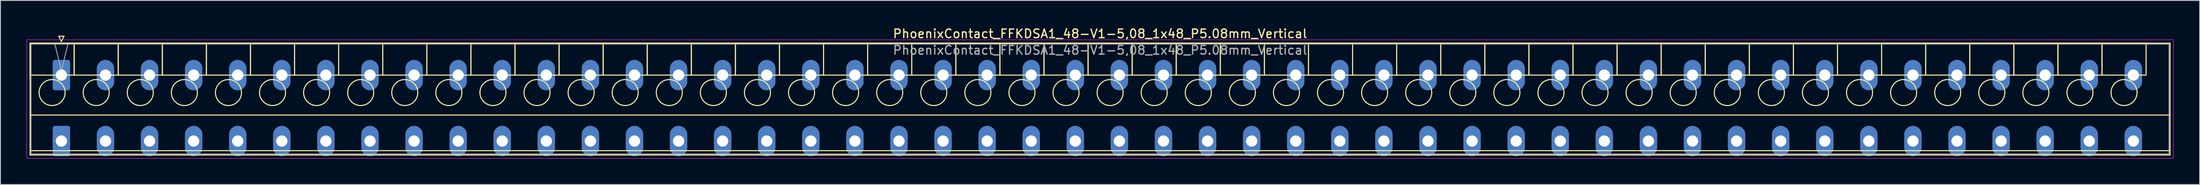
<source format=kicad_pcb>
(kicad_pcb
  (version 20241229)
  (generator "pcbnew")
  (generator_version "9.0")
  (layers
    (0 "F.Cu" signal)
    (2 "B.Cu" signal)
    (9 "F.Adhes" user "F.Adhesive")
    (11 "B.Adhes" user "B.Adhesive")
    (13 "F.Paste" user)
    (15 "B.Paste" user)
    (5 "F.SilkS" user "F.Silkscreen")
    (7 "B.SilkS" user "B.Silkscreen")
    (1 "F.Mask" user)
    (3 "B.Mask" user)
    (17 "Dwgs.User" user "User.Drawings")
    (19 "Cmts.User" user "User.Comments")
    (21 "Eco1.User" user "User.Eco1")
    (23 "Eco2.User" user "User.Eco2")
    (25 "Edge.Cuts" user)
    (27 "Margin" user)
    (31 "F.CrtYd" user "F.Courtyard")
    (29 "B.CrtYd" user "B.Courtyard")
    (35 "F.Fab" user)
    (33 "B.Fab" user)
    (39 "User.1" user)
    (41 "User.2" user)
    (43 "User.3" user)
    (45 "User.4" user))
  (footprint "PhoenixContact_FFKDSA1_48-V1-5,08_1x48_P5.08mm_Vertical"
    (layer "F.Cu")
    (at 4.025 5.628)
    (property "Reference" "PhoenixContact_FFKDSA1_48-V1-5,08_1x48_P5.08mm_Vertical" (at 119.69 -4.78 0) (layer "F.SilkS") (effects (font (size 1 1) (thickness 0.15))))
    (attr through_hole)
    (fp_line (start -3.61 -3.69) (end -3.61 0) (stroke (width 0.12) (type solid)) (layer "F.SilkS"))
    (fp_line (start -3.61 -3.69) (end -3.61 9.23) (stroke (width 0.12) (type solid)) (layer "F.SilkS"))
    (fp_line (start -3.61 0) (end 1.47 0) (stroke (width 0.12) (type solid)) (layer "F.SilkS"))
    (fp_line (start -3.61 4.615) (end 242.99 4.615) (stroke (width 0.12) (type solid)) (layer "F.SilkS"))
    (fp_line (start -3.61 8.73) (end 242.99 8.73) (stroke (width 0.12) (type solid)) (layer "F.SilkS"))
    (fp_line (start -3.61 9.23) (end 242.99 9.23) (stroke (width 0.12) (type solid)) (layer "F.SilkS"))
    (fp_line (start -0.3 -4.49) (end 0.3 -4.49) (stroke (width 0.12) (type solid)) (layer "F.SilkS"))
    (fp_line (start 0 -3.89) (end -0.3 -4.49) (stroke (width 0.12) (type solid)) (layer "F.SilkS"))
    (fp_line (start 0.3 -4.49) (end 0 -3.89) (stroke (width 0.12) (type solid)) (layer "F.SilkS"))
    (fp_line (start 1.47 -3.69) (end -3.61 -3.69) (stroke (width 0.12) (type solid)) (layer "F.SilkS"))
    (fp_line (start 1.47 -3.69) (end 1.47 0) (stroke (width 0.12) (type solid)) (layer "F.SilkS"))
    (fp_line (start 1.47 0) (end 1.47 -3.69) (stroke (width 0.12) (type solid)) (layer "F.SilkS"))
    (fp_line (start 1.47 0) (end 6.55 0) (stroke (width 0.12) (type solid)) (layer "F.SilkS"))
    (fp_line (start 6.55 -3.69) (end 1.47 -3.69) (stroke (width 0.12) (type solid)) (layer "F.SilkS"))
    (fp_line (start 6.55 -3.69) (end 6.55 0) (stroke (width 0.12) (type solid)) (layer "F.SilkS"))
    (fp_line (start 6.55 0) (end 6.55 -3.69) (stroke (width 0.12) (type solid)) (layer "F.SilkS"))
    (fp_line (start 6.55 0) (end 11.63 0) (stroke (width 0.12) (type solid)) (layer "F.SilkS"))
    (fp_line (start 11.63 -3.69) (end 6.55 -3.69) (stroke (width 0.12) (type solid)) (layer "F.SilkS"))
    (fp_line (start 11.63 -3.69) (end 11.63 0) (stroke (width 0.12) (type solid)) (layer "F.SilkS"))
    (fp_line (start 11.63 0) (end 11.63 -3.69) (stroke (width 0.12) (type solid)) (layer "F.SilkS"))
    (fp_line (start 11.63 0) (end 16.71 0) (stroke (width 0.12) (type solid)) (layer "F.SilkS"))
    (fp_line (start 16.71 -3.69) (end 11.63 -3.69) (stroke (width 0.12) (type solid)) (layer "F.SilkS"))
    (fp_line (start 16.71 -3.69) (end 16.71 0) (stroke (width 0.12) (type solid)) (layer "F.SilkS"))
    (fp_line (start 16.71 0) (end 16.71 -3.69) (stroke (width 0.12) (type solid)) (layer "F.SilkS"))
    (fp_line (start 16.71 0) (end 21.79 0) (stroke (width 0.12) (type solid)) (layer "F.SilkS"))
    (fp_line (start 21.79 -3.69) (end 16.71 -3.69) (stroke (width 0.12) (type solid)) (layer "F.SilkS"))
    (fp_line (start 21.79 -3.69) (end 21.79 0) (stroke (width 0.12) (type solid)) (layer "F.SilkS"))
    (fp_line (start 21.79 0) (end 21.79 -3.69) (stroke (width 0.12) (type solid)) (layer "F.SilkS"))
    (fp_line (start 21.79 0) (end 26.87 0) (stroke (width 0.12) (type solid)) (layer "F.SilkS"))
    (fp_line (start 26.87 -3.69) (end 21.79 -3.69) (stroke (width 0.12) (type solid)) (layer "F.SilkS"))
    (fp_line (start 26.87 -3.69) (end 26.87 0) (stroke (width 0.12) (type solid)) (layer "F.SilkS"))
    (fp_line (start 26.87 0) (end 26.87 -3.69) (stroke (width 0.12) (type solid)) (layer "F.SilkS"))
    (fp_line (start 26.87 0) (end 31.95 0) (stroke (width 0.12) (type solid)) (layer "F.SilkS"))
    (fp_line (start 31.95 -3.69) (end 26.87 -3.69) (stroke (width 0.12) (type solid)) (layer "F.SilkS"))
    (fp_line (start 31.95 -3.69) (end 31.95 0) (stroke (width 0.12) (type solid)) (layer "F.SilkS"))
    (fp_line (start 31.95 0) (end 31.95 -3.69) (stroke (width 0.12) (type solid)) (layer "F.SilkS"))
    (fp_line (start 31.95 0) (end 37.03 0) (stroke (width 0.12) (type solid)) (layer "F.SilkS"))
    (fp_line (start 37.03 -3.69) (end 31.95 -3.69) (stroke (width 0.12) (type solid)) (layer "F.SilkS"))
    (fp_line (start 37.03 -3.69) (end 37.03 0) (stroke (width 0.12) (type solid)) (layer "F.SilkS"))
    (fp_line (start 37.03 0) (end 37.03 -3.69) (stroke (width 0.12) (type solid)) (layer "F.SilkS"))
    (fp_line (start 37.03 0) (end 42.11 0) (stroke (width 0.12) (type solid)) (layer "F.SilkS"))
    (fp_line (start 42.11 -3.69) (end 37.03 -3.69) (stroke (width 0.12) (type solid)) (layer "F.SilkS"))
    (fp_line (start 42.11 -3.69) (end 42.11 0) (stroke (width 0.12) (type solid)) (layer "F.SilkS"))
    (fp_line (start 42.11 0) (end 42.11 -3.69) (stroke (width 0.12) (type solid)) (layer "F.SilkS"))
    (fp_line (start 42.11 0) (end 47.19 0) (stroke (width 0.12) (type solid)) (layer "F.SilkS"))
    (fp_line (start 47.19 -3.69) (end 42.11 -3.69) (stroke (width 0.12) (type solid)) (layer "F.SilkS"))
    (fp_line (start 47.19 -3.69) (end 47.19 0) (stroke (width 0.12) (type solid)) (layer "F.SilkS"))
    (fp_line (start 47.19 0) (end 47.19 -3.69) (stroke (width 0.12) (type solid)) (layer "F.SilkS"))
    (fp_line (start 47.19 0) (end 52.27 0) (stroke (width 0.12) (type solid)) (layer "F.SilkS"))
    (fp_line (start 52.27 -3.69) (end 47.19 -3.69) (stroke (width 0.12) (type solid)) (layer "F.SilkS"))
    (fp_line (start 52.27 -3.69) (end 52.27 0) (stroke (width 0.12) (type solid)) (layer "F.SilkS"))
    (fp_line (start 52.27 0) (end 52.27 -3.69) (stroke (width 0.12) (type solid)) (layer "F.SilkS"))
    (fp_line (start 52.27 0) (end 57.35 0) (stroke (width 0.12) (type solid)) (layer "F.SilkS"))
    (fp_line (start 57.35 -3.69) (end 52.27 -3.69) (stroke (width 0.12) (type solid)) (layer "F.SilkS"))
    (fp_line (start 57.35 -3.69) (end 57.35 0) (stroke (width 0.12) (type solid)) (layer "F.SilkS"))
    (fp_line (start 57.35 0) (end 57.35 -3.69) (stroke (width 0.12) (type solid)) (layer "F.SilkS"))
    (fp_line (start 57.35 0) (end 62.43 0) (stroke (width 0.12) (type solid)) (layer "F.SilkS"))
    (fp_line (start 62.43 -3.69) (end 57.35 -3.69) (stroke (width 0.12) (type solid)) (layer "F.SilkS"))
    (fp_line (start 62.43 -3.69) (end 62.43 0) (stroke (width 0.12) (type solid)) (layer "F.SilkS"))
    (fp_line (start 62.43 0) (end 62.43 -3.69) (stroke (width 0.12) (type solid)) (layer "F.SilkS"))
    (fp_line (start 62.43 0) (end 67.51 0) (stroke (width 0.12) (type solid)) (layer "F.SilkS"))
    (fp_line (start 67.51 -3.69) (end 62.43 -3.69) (stroke (width 0.12) (type solid)) (layer "F.SilkS"))
    (fp_line (start 67.51 -3.69) (end 67.51 0) (stroke (width 0.12) (type solid)) (layer "F.SilkS"))
    (fp_line (start 67.51 0) (end 67.51 -3.69) (stroke (width 0.12) (type solid)) (layer "F.SilkS"))
    (fp_line (start 67.51 0) (end 72.59 0) (stroke (width 0.12) (type solid)) (layer "F.SilkS"))
    (fp_line (start 72.59 -3.69) (end 67.51 -3.69) (stroke (width 0.12) (type solid)) (layer "F.SilkS"))
    (fp_line (start 72.59 -3.69) (end 72.59 0) (stroke (width 0.12) (type solid)) (layer "F.SilkS"))
    (fp_line (start 72.59 0) (end 72.59 -3.69) (stroke (width 0.12) (type solid)) (layer "F.SilkS"))
    (fp_line (start 72.59 0) (end 77.67 0) (stroke (width 0.12) (type solid)) (layer "F.SilkS"))
    (fp_line (start 77.67 -3.69) (end 72.59 -3.69) (stroke (width 0.12) (type solid)) (layer "F.SilkS"))
    (fp_line (start 77.67 -3.69) (end 77.67 0) (stroke (width 0.12) (type solid)) (layer "F.SilkS"))
    (fp_line (start 77.67 0) (end 77.67 -3.69) (stroke (width 0.12) (type solid)) (layer "F.SilkS"))
    (fp_line (start 77.67 0) (end 82.75 0) (stroke (width 0.12) (type solid)) (layer "F.SilkS"))
    (fp_line (start 82.75 -3.69) (end 77.67 -3.69) (stroke (width 0.12) (type solid)) (layer "F.SilkS"))
    (fp_line (start 82.75 -3.69) (end 82.75 0) (stroke (width 0.12) (type solid)) (layer "F.SilkS"))
    (fp_line (start 82.75 0) (end 82.75 -3.69) (stroke (width 0.12) (type solid)) (layer "F.SilkS"))
    (fp_line (start 82.75 0) (end 87.83 0) (stroke (width 0.12) (type solid)) (layer "F.SilkS"))
    (fp_line (start 87.83 -3.69) (end 82.75 -3.69) (stroke (width 0.12) (type solid)) (layer "F.SilkS"))
    (fp_line (start 87.83 -3.69) (end 87.83 0) (stroke (width 0.12) (type solid)) (layer "F.SilkS"))
    (fp_line (start 87.83 0) (end 87.83 -3.69) (stroke (width 0.12) (type solid)) (layer "F.SilkS"))
    (fp_line (start 87.83 0) (end 92.91 0) (stroke (width 0.12) (type solid)) (layer "F.SilkS"))
    (fp_line (start 92.91 -3.69) (end 87.83 -3.69) (stroke (width 0.12) (type solid)) (layer "F.SilkS"))
    (fp_line (start 92.91 -3.69) (end 92.91 0) (stroke (width 0.12) (type solid)) (layer "F.SilkS"))
    (fp_line (start 92.91 0) (end 92.91 -3.69) (stroke (width 0.12) (type solid)) (layer "F.SilkS"))
    (fp_line (start 92.91 0) (end 97.99 0) (stroke (width 0.12) (type solid)) (layer "F.SilkS"))
    (fp_line (start 97.99 -3.69) (end 92.91 -3.69) (stroke (width 0.12) (type solid)) (layer "F.SilkS"))
    (fp_line (start 97.99 -3.69) (end 97.99 0) (stroke (width 0.12) (type solid)) (layer "F.SilkS"))
    (fp_line (start 97.99 0) (end 97.99 -3.69) (stroke (width 0.12) (type solid)) (layer "F.SilkS"))
    (fp_line (start 97.99 0) (end 103.07 0) (stroke (width 0.12) (type solid)) (layer "F.SilkS"))
    (fp_line (start 103.07 -3.69) (end 97.99 -3.69) (stroke (width 0.12) (type solid)) (layer "F.SilkS"))
    (fp_line (start 103.07 -3.69) (end 103.07 0) (stroke (width 0.12) (type solid)) (layer "F.SilkS"))
    (fp_line (start 103.07 0) (end 103.07 -3.69) (stroke (width 0.12) (type solid)) (layer "F.SilkS"))
    (fp_line (start 103.07 0) (end 108.15 0) (stroke (width 0.12) (type solid)) (layer "F.SilkS"))
    (fp_line (start 108.15 -3.69) (end 103.07 -3.69) (stroke (width 0.12) (type solid)) (layer "F.SilkS"))
    (fp_line (start 108.15 -3.69) (end 108.15 0) (stroke (width 0.12) (type solid)) (layer "F.SilkS"))
    (fp_line (start 108.15 0) (end 108.15 -3.69) (stroke (width 0.12) (type solid)) (layer "F.SilkS"))
    (fp_line (start 108.15 0) (end 113.23 0) (stroke (width 0.12) (type solid)) (layer "F.SilkS"))
    (fp_line (start 113.23 -3.69) (end 108.15 -3.69) (stroke (width 0.12) (type solid)) (layer "F.SilkS"))
    (fp_line (start 113.23 -3.69) (end 113.23 0) (stroke (width 0.12) (type solid)) (layer "F.SilkS"))
    (fp_line (start 113.23 0) (end 113.23 -3.69) (stroke (width 0.12) (type solid)) (layer "F.SilkS"))
    (fp_line (start 113.23 0) (end 118.31 0) (stroke (width 0.12) (type solid)) (layer "F.SilkS"))
    (fp_line (start 118.31 -3.69) (end 113.23 -3.69) (stroke (width 0.12) (type solid)) (layer "F.SilkS"))
    (fp_line (start 118.31 -3.69) (end 118.31 0) (stroke (width 0.12) (type solid)) (layer "F.SilkS"))
    (fp_line (start 118.31 0) (end 118.31 -3.69) (stroke (width 0.12) (type solid)) (layer "F.SilkS"))
    (fp_line (start 118.31 0) (end 123.39 0) (stroke (width 0.12) (type solid)) (layer "F.SilkS"))
    (fp_line (start 123.39 -3.69) (end 118.31 -3.69) (stroke (width 0.12) (type solid)) (layer "F.SilkS"))
    (fp_line (start 123.39 -3.69) (end 123.39 0) (stroke (width 0.12) (type solid)) (layer "F.SilkS"))
    (fp_line (start 123.39 0) (end 123.39 -3.69) (stroke (width 0.12) (type solid)) (layer "F.SilkS"))
    (fp_line (start 123.39 0) (end 128.47 0) (stroke (width 0.12) (type solid)) (layer "F.SilkS"))
    (fp_line (start 128.47 -3.69) (end 123.39 -3.69) (stroke (width 0.12) (type solid)) (layer "F.SilkS"))
    (fp_line (start 128.47 -3.69) (end 128.47 0) (stroke (width 0.12) (type solid)) (layer "F.SilkS"))
    (fp_line (start 128.47 0) (end 128.47 -3.69) (stroke (width 0.12) (type solid)) (layer "F.SilkS"))
    (fp_line (start 128.47 0) (end 133.55 0) (stroke (width 0.12) (type solid)) (layer "F.SilkS"))
    (fp_line (start 133.55 -3.69) (end 128.47 -3.69) (stroke (width 0.12) (type solid)) (layer "F.SilkS"))
    (fp_line (start 133.55 -3.69) (end 133.55 0) (stroke (width 0.12) (type solid)) (layer "F.SilkS"))
    (fp_line (start 133.55 0) (end 133.55 -3.69) (stroke (width 0.12) (type solid)) (layer "F.SilkS"))
    (fp_line (start 133.55 0) (end 138.63 0) (stroke (width 0.12) (type solid)) (layer "F.SilkS"))
    (fp_line (start 138.63 -3.69) (end 133.55 -3.69) (stroke (width 0.12) (type solid)) (layer "F.SilkS"))
    (fp_line (start 138.63 -3.69) (end 138.63 0) (stroke (width 0.12) (type solid)) (layer "F.SilkS"))
    (fp_line (start 138.63 0) (end 138.63 -3.69) (stroke (width 0.12) (type solid)) (layer "F.SilkS"))
    (fp_line (start 138.63 0) (end 143.71 0) (stroke (width 0.12) (type solid)) (layer "F.SilkS"))
    (fp_line (start 143.71 -3.69) (end 138.63 -3.69) (stroke (width 0.12) (type solid)) (layer "F.SilkS"))
    (fp_line (start 143.71 -3.69) (end 143.71 0) (stroke (width 0.12) (type solid)) (layer "F.SilkS"))
    (fp_line (start 143.71 0) (end 143.71 -3.69) (stroke (width 0.12) (type solid)) (layer "F.SilkS"))
    (fp_line (start 143.71 0) (end 148.79 0) (stroke (width 0.12) (type solid)) (layer "F.SilkS"))
    (fp_line (start 148.79 -3.69) (end 143.71 -3.69) (stroke (width 0.12) (type solid)) (layer "F.SilkS"))
    (fp_line (start 148.79 -3.69) (end 148.79 0) (stroke (width 0.12) (type solid)) (layer "F.SilkS"))
    (fp_line (start 148.79 0) (end 148.79 -3.69) (stroke (width 0.12) (type solid)) (layer "F.SilkS"))
    (fp_line (start 148.79 0) (end 153.87 0) (stroke (width 0.12) (type solid)) (layer "F.SilkS"))
    (fp_line (start 153.87 -3.69) (end 148.79 -3.69) (stroke (width 0.12) (type solid)) (layer "F.SilkS"))
    (fp_line (start 153.87 -3.69) (end 153.87 0) (stroke (width 0.12) (type solid)) (layer "F.SilkS"))
    (fp_line (start 153.87 0) (end 153.87 -3.69) (stroke (width 0.12) (type solid)) (layer "F.SilkS"))
    (fp_line (start 153.87 0) (end 158.95 0) (stroke (width 0.12) (type solid)) (layer "F.SilkS"))
    (fp_line (start 158.95 -3.69) (end 153.87 -3.69) (stroke (width 0.12) (type solid)) (layer "F.SilkS"))
    (fp_line (start 158.95 -3.69) (end 158.95 0) (stroke (width 0.12) (type solid)) (layer "F.SilkS"))
    (fp_line (start 158.95 0) (end 158.95 -3.69) (stroke (width 0.12) (type solid)) (layer "F.SilkS"))
    (fp_line (start 158.95 0) (end 164.03 0) (stroke (width 0.12) (type solid)) (layer "F.SilkS"))
    (fp_line (start 164.03 -3.69) (end 158.95 -3.69) (stroke (width 0.12) (type solid)) (layer "F.SilkS"))
    (fp_line (start 164.03 -3.69) (end 164.03 0) (stroke (width 0.12) (type solid)) (layer "F.SilkS"))
    (fp_line (start 164.03 0) (end 164.03 -3.69) (stroke (width 0.12) (type solid)) (layer "F.SilkS"))
    (fp_line (start 164.03 0) (end 169.11 0) (stroke (width 0.12) (type solid)) (layer "F.SilkS"))
    (fp_line (start 169.11 -3.69) (end 164.03 -3.69) (stroke (width 0.12) (type solid)) (layer "F.SilkS"))
    (fp_line (start 169.11 -3.69) (end 169.11 0) (stroke (width 0.12) (type solid)) (layer "F.SilkS"))
    (fp_line (start 169.11 0) (end 169.11 -3.69) (stroke (width 0.12) (type solid)) (layer "F.SilkS"))
    (fp_line (start 169.11 0) (end 174.19 0) (stroke (width 0.12) (type solid)) (layer "F.SilkS"))
    (fp_line (start 174.19 -3.69) (end 169.11 -3.69) (stroke (width 0.12) (type solid)) (layer "F.SilkS"))
    (fp_line (start 174.19 -3.69) (end 174.19 0) (stroke (width 0.12) (type solid)) (layer "F.SilkS"))
    (fp_line (start 174.19 0) (end 174.19 -3.69) (stroke (width 0.12) (type solid)) (layer "F.SilkS"))
    (fp_line (start 174.19 0) (end 179.27 0) (stroke (width 0.12) (type solid)) (layer "F.SilkS"))
    (fp_line (start 179.27 -3.69) (end 174.19 -3.69) (stroke (width 0.12) (type solid)) (layer "F.SilkS"))
    (fp_line (start 179.27 -3.69) (end 179.27 0) (stroke (width 0.12) (type solid)) (layer "F.SilkS"))
    (fp_line (start 179.27 0) (end 179.27 -3.69) (stroke (width 0.12) (type solid)) (layer "F.SilkS"))
    (fp_line (start 179.27 0) (end 184.35 0) (stroke (width 0.12) (type solid)) (layer "F.SilkS"))
    (fp_line (start 184.35 -3.69) (end 179.27 -3.69) (stroke (width 0.12) (type solid)) (layer "F.SilkS"))
    (fp_line (start 184.35 -3.69) (end 184.35 0) (stroke (width 0.12) (type solid)) (layer "F.SilkS"))
    (fp_line (start 184.35 0) (end 184.35 -3.69) (stroke (width 0.12) (type solid)) (layer "F.SilkS"))
    (fp_line (start 184.35 0) (end 189.43 0) (stroke (width 0.12) (type solid)) (layer "F.SilkS"))
    (fp_line (start 189.43 -3.69) (end 184.35 -3.69) (stroke (width 0.12) (type solid)) (layer "F.SilkS"))
    (fp_line (start 189.43 -3.69) (end 189.43 0) (stroke (width 0.12) (type solid)) (layer "F.SilkS"))
    (fp_line (start 189.43 0) (end 189.43 -3.69) (stroke (width 0.12) (type solid)) (layer "F.SilkS"))
    (fp_line (start 189.43 0) (end 194.51 0) (stroke (width 0.12) (type solid)) (layer "F.SilkS"))
    (fp_line (start 194.51 -3.69) (end 189.43 -3.69) (stroke (width 0.12) (type solid)) (layer "F.SilkS"))
    (fp_line (start 194.51 -3.69) (end 194.51 0) (stroke (width 0.12) (type solid)) (layer "F.SilkS"))
    (fp_line (start 194.51 0) (end 194.51 -3.69) (stroke (width 0.12) (type solid)) (layer "F.SilkS"))
    (fp_line (start 194.51 0) (end 199.59 0) (stroke (width 0.12) (type solid)) (layer "F.SilkS"))
    (fp_line (start 199.59 -3.69) (end 194.51 -3.69) (stroke (width 0.12) (type solid)) (layer "F.SilkS"))
    (fp_line (start 199.59 -3.69) (end 199.59 0) (stroke (width 0.12) (type solid)) (layer "F.SilkS"))
    (fp_line (start 199.59 0) (end 199.59 -3.69) (stroke (width 0.12) (type solid)) (layer "F.SilkS"))
    (fp_line (start 199.59 0) (end 204.67 0) (stroke (width 0.12) (type solid)) (layer "F.SilkS"))
    (fp_line (start 204.67 -3.69) (end 199.59 -3.69) (stroke (width 0.12) (type solid)) (layer "F.SilkS"))
    (fp_line (start 204.67 -3.69) (end 204.67 0) (stroke (width 0.12) (type solid)) (layer "F.SilkS"))
    (fp_line (start 204.67 0) (end 204.67 -3.69) (stroke (width 0.12) (type solid)) (layer "F.SilkS"))
    (fp_line (start 204.67 0) (end 209.75 0) (stroke (width 0.12) (type solid)) (layer "F.SilkS"))
    (fp_line (start 209.75 -3.69) (end 204.67 -3.69) (stroke (width 0.12) (type solid)) (layer "F.SilkS"))
    (fp_line (start 209.75 -3.69) (end 209.75 0) (stroke (width 0.12) (type solid)) (layer "F.SilkS"))
    (fp_line (start 209.75 0) (end 209.75 -3.69) (stroke (width 0.12) (type solid)) (layer "F.SilkS"))
    (fp_line (start 209.75 0) (end 214.83 0) (stroke (width 0.12) (type solid)) (layer "F.SilkS"))
    (fp_line (start 214.83 -3.69) (end 209.75 -3.69) (stroke (width 0.12) (type solid)) (layer "F.SilkS"))
    (fp_line (start 214.83 -3.69) (end 214.83 0) (stroke (width 0.12) (type solid)) (layer "F.SilkS"))
    (fp_line (start 214.83 0) (end 214.83 -3.69) (stroke (width 0.12) (type solid)) (layer "F.SilkS"))
    (fp_line (start 214.83 0) (end 219.91 0) (stroke (width 0.12) (type solid)) (layer "F.SilkS"))
    (fp_line (start 219.91 -3.69) (end 214.83 -3.69) (stroke (width 0.12) (type solid)) (layer "F.SilkS"))
    (fp_line (start 219.91 -3.69) (end 219.91 0) (stroke (width 0.12) (type solid)) (layer "F.SilkS"))
    (fp_line (start 219.91 0) (end 219.91 -3.69) (stroke (width 0.12) (type solid)) (layer "F.SilkS"))
    (fp_line (start 219.91 0) (end 224.99 0) (stroke (width 0.12) (type solid)) (layer "F.SilkS"))
    (fp_line (start 224.99 -3.69) (end 219.91 -3.69) (stroke (width 0.12) (type solid)) (layer "F.SilkS"))
    (fp_line (start 224.99 -3.69) (end 224.99 0) (stroke (width 0.12) (type solid)) (layer "F.SilkS"))
    (fp_line (start 224.99 0) (end 224.99 -3.69) (stroke (width 0.12) (type solid)) (layer "F.SilkS"))
    (fp_line (start 224.99 0) (end 230.07 0) (stroke (width 0.12) (type solid)) (layer "F.SilkS"))
    (fp_line (start 230.07 -3.69) (end 224.99 -3.69) (stroke (width 0.12) (type solid)) (layer "F.SilkS"))
    (fp_line (start 230.07 -3.69) (end 230.07 0) (stroke (width 0.12) (type solid)) (layer "F.SilkS"))
    (fp_line (start 230.07 0) (end 230.07 -3.69) (stroke (width 0.12) (type solid)) (layer "F.SilkS"))
    (fp_line (start 230.07 0) (end 235.15 0) (stroke (width 0.12) (type solid)) (layer "F.SilkS"))
    (fp_line (start 235.15 -3.69) (end 230.07 -3.69) (stroke (width 0.12) (type solid)) (layer "F.SilkS"))
    (fp_line (start 235.15 -3.69) (end 235.15 0) (stroke (width 0.12) (type solid)) (layer "F.SilkS"))
    (fp_line (start 235.15 0) (end 235.15 -3.69) (stroke (width 0.12) (type solid)) (layer "F.SilkS"))
    (fp_line (start 235.15 0) (end 240.23 0) (stroke (width 0.12) (type solid)) (layer "F.SilkS"))
    (fp_line (start 240.23 -3.69) (end 235.15 -3.69) (stroke (width 0.12) (type solid)) (layer "F.SilkS"))
    (fp_line (start 240.23 0) (end 240.23 -3.69) (stroke (width 0.12) (type solid)) (layer "F.SilkS"))
    (fp_line (start 242.99 -3.69) (end -3.61 -3.69) (stroke (width 0.12) (type solid)) (layer "F.SilkS"))
    (fp_line (start 242.99 9.23) (end 242.99 -3.69) (stroke (width 0.12) (type solid)) (layer "F.SilkS"))
    (fp_circle (center -1.07 2.015) (end 0.43 2.015) (stroke (width 0.12) (type solid)) (fill no) (layer "F.SilkS"))
    (fp_circle (center 4.01 2.015) (end 5.51 2.015) (stroke (width 0.12) (type solid)) (fill no) (layer "F.SilkS"))
    (fp_circle (center 9.09 2.015) (end 10.59 2.015) (stroke (width 0.12) (type solid)) (fill no) (layer "F.SilkS"))
    (fp_circle (center 14.17 2.015) (end 15.67 2.015) (stroke (width 0.12) (type solid)) (fill no) (layer "F.SilkS"))
    (fp_circle (center 19.25 2.015) (end 20.75 2.015) (stroke (width 0.12) (type solid)) (fill no) (layer "F.SilkS"))
    (fp_circle (center 24.33 2.015) (end 25.83 2.015) (stroke (width 0.12) (type solid)) (fill no) (layer "F.SilkS"))
    (fp_circle (center 29.41 2.015) (end 30.91 2.015) (stroke (width 0.12) (type solid)) (fill no) (layer "F.SilkS"))
    (fp_circle (center 34.49 2.015) (end 35.99 2.015) (stroke (width 0.12) (type solid)) (fill no) (layer "F.SilkS"))
    (fp_circle (center 39.57 2.015) (end 41.07 2.015) (stroke (width 0.12) (type solid)) (fill no) (layer "F.SilkS"))
    (fp_circle (center 44.65 2.015) (end 46.15 2.015) (stroke (width 0.12) (type solid)) (fill no) (layer "F.SilkS"))
    (fp_circle (center 49.73 2.015) (end 51.23 2.015) (stroke (width 0.12) (type solid)) (fill no) (layer "F.SilkS"))
    (fp_circle (center 54.81 2.015) (end 56.31 2.015) (stroke (width 0.12) (type solid)) (fill no) (layer "F.SilkS"))
    (fp_circle (center 59.89 2.015) (end 61.39 2.015) (stroke (width 0.12) (type solid)) (fill no) (layer "F.SilkS"))
    (fp_circle (center 64.97 2.015) (end 66.47 2.015) (stroke (width 0.12) (type solid)) (fill no) (layer "F.SilkS"))
    (fp_circle (center 70.05 2.015) (end 71.55 2.015) (stroke (width 0.12) (type solid)) (fill no) (layer "F.SilkS"))
    (fp_circle (center 75.13 2.015) (end 76.63 2.015) (stroke (width 0.12) (type solid)) (fill no) (layer "F.SilkS"))
    (fp_circle (center 80.21 2.015) (end 81.71 2.015) (stroke (width 0.12) (type solid)) (fill no) (layer "F.SilkS"))
    (fp_circle (center 85.29 2.015) (end 86.79 2.015) (stroke (width 0.12) (type solid)) (fill no) (layer "F.SilkS"))
    (fp_circle (center 90.37 2.015) (end 91.87 2.015) (stroke (width 0.12) (type solid)) (fill no) (layer "F.SilkS"))
    (fp_circle (center 95.45 2.015) (end 96.95 2.015) (stroke (width 0.12) (type solid)) (fill no) (layer "F.SilkS"))
    (fp_circle (center 100.53 2.015) (end 102.03 2.015) (stroke (width 0.12) (type solid)) (fill no) (layer "F.SilkS"))
    (fp_circle (center 105.61 2.015) (end 107.11 2.015) (stroke (width 0.12) (type solid)) (fill no) (layer "F.SilkS"))
    (fp_circle (center 110.69 2.015) (end 112.19 2.015) (stroke (width 0.12) (type solid)) (fill no) (layer "F.SilkS"))
    (fp_circle (center 115.77 2.015) (end 117.27 2.015) (stroke (width 0.12) (type solid)) (fill no) (layer "F.SilkS"))
    (fp_circle (center 120.85 2.015) (end 122.35 2.015) (stroke (width 0.12) (type solid)) (fill no) (layer "F.SilkS"))
    (fp_circle (center 125.93 2.015) (end 127.43 2.015) (stroke (width 0.12) (type solid)) (fill no) (layer "F.SilkS"))
    (fp_circle (center 131.01 2.015) (end 132.51 2.015) (stroke (width 0.12) (type solid)) (fill no) (layer "F.SilkS"))
    (fp_circle (center 136.09 2.015) (end 137.59 2.015) (stroke (width 0.12) (type solid)) (fill no) (layer "F.SilkS"))
    (fp_circle (center 141.17 2.015) (end 142.67 2.015) (stroke (width 0.12) (type solid)) (fill no) (layer "F.SilkS"))
    (fp_circle (center 146.25 2.015) (end 147.75 2.015) (stroke (width 0.12) (type solid)) (fill no) (layer "F.SilkS"))
    (fp_circle (center 151.33 2.015) (end 152.83 2.015) (stroke (width 0.12) (type solid)) (fill no) (layer "F.SilkS"))
    (fp_circle (center 156.41 2.015) (end 157.91 2.015) (stroke (width 0.12) (type solid)) (fill no) (layer "F.SilkS"))
    (fp_circle (center 161.49 2.015) (end 162.99 2.015) (stroke (width 0.12) (type solid)) (fill no) (layer "F.SilkS"))
    (fp_circle (center 166.57 2.015) (end 168.07 2.015) (stroke (width 0.12) (type solid)) (fill no) (layer "F.SilkS"))
    (fp_circle (center 171.65 2.015) (end 173.15 2.015) (stroke (width 0.12) (type solid)) (fill no) (layer "F.SilkS"))
    (fp_circle (center 176.73 2.015) (end 178.23 2.015) (stroke (width 0.12) (type solid)) (fill no) (layer "F.SilkS"))
    (fp_circle (center 181.81 2.015) (end 183.31 2.015) (stroke (width 0.12) (type solid)) (fill no) (layer "F.SilkS"))
    (fp_circle (center 186.89 2.015) (end 188.39 2.015) (stroke (width 0.12) (type solid)) (fill no) (layer "F.SilkS"))
    (fp_circle (center 191.97 2.015) (end 193.47 2.015) (stroke (width 0.12) (type solid)) (fill no) (layer "F.SilkS"))
    (fp_circle (center 197.05 2.015) (end 198.55 2.015) (stroke (width 0.12) (type solid)) (fill no) (layer "F.SilkS"))
    (fp_circle (center 202.13 2.015) (end 203.63 2.015) (stroke (width 0.12) (type solid)) (fill no) (layer "F.SilkS"))
    (fp_circle (center 207.21 2.015) (end 208.71 2.015) (stroke (width 0.12) (type solid)) (fill no) (layer "F.SilkS"))
    (fp_circle (center 212.29 2.015) (end 213.79 2.015) (stroke (width 0.12) (type solid)) (fill no) (layer "F.SilkS"))
    (fp_circle (center 217.37 2.015) (end 218.87 2.015) (stroke (width 0.12) (type solid)) (fill no) (layer "F.SilkS"))
    (fp_circle (center 222.45 2.015) (end 223.95 2.015) (stroke (width 0.12) (type solid)) (fill no) (layer "F.SilkS"))
    (fp_circle (center 227.53 2.015) (end 229.03 2.015) (stroke (width 0.12) (type solid)) (fill no) (layer "F.SilkS"))
    (fp_circle (center 232.61 2.015) (end 234.11 2.015) (stroke (width 0.12) (type solid)) (fill no) (layer "F.SilkS"))
    (fp_circle (center 237.69 2.015) (end 239.19 2.015) (stroke (width 0.12) (type solid)) (fill no) (layer "F.SilkS"))
    (fp_line (start -4 -4.08) (end -4 9.62) (stroke (width 0.05) (type solid)) (layer "F.CrtYd"))
    (fp_line (start -4 9.62) (end 243.38 9.62) (stroke (width 0.05) (type solid)) (layer "F.CrtYd"))
    (fp_line (start 243.38 -4.08) (end -4 -4.08) (stroke (width 0.05) (type solid)) (layer "F.CrtYd"))
    (fp_line (start 243.38 9.62) (end 243.38 -4.08) (stroke (width 0.05) (type solid)) (layer "F.CrtYd"))
    (fp_line (start -3.5 -3.58) (end -3.5 9.12) (stroke (width 0.1) (type solid)) (layer "F.Fab"))
    (fp_line (start -3.5 9.12) (end 242.88 9.12) (stroke (width 0.1) (type solid)) (layer "F.Fab"))
    (fp_line (start 0 -0.5) (end -0.75 -3.58) (stroke (width 0.1) (type solid)) (layer "F.Fab"))
    (fp_line (start 0.75 -3.58) (end 0 -0.5) (stroke (width 0.1) (type solid)) (layer "F.Fab"))
    (fp_line (start 242.88 -3.58) (end -3.5 -3.58) (stroke (width 0.1) (type solid)) (layer "F.Fab"))
    (fp_line (start 242.88 9.12) (end 242.88 -3.58) (stroke (width 0.1) (type solid)) (layer "F.Fab"))
    (fp_text user "${REFERENCE}" (at 119.69 -2.88 0) (layer "F.Fab") (effects (font (size 1 1) (thickness 0.15))))
    (pad "1" thru_hole roundrect (at 0 0) (size 2 3.5) (drill 1.3) (layers "*.Cu" "*.Mask") (roundrect_rratio 0.125))
    (pad "1" thru_hole roundrect (at 0 7.62) (size 2 3.5) (drill 1.3) (layers "*.Cu" "*.Mask") (roundrect_rratio 0.125))
    (pad "2" thru_hole oval (at 5.08 0) (size 2 3.5) (drill 1.3) (layers "*.Cu" "*.Mask"))
    (pad "2" thru_hole oval (at 5.08 7.62) (size 2 3.5) (drill 1.3) (layers "*.Cu" "*.Mask"))
    (pad "3" thru_hole oval (at 10.16 0) (size 2 3.5) (drill 1.3) (layers "*.Cu" "*.Mask"))
    (pad "3" thru_hole oval (at 10.16 7.62) (size 2 3.5) (drill 1.3) (layers "*.Cu" "*.Mask"))
    (pad "4" thru_hole oval (at 15.24 0) (size 2 3.5) (drill 1.3) (layers "*.Cu" "*.Mask"))
    (pad "4" thru_hole oval (at 15.24 7.62) (size 2 3.5) (drill 1.3) (layers "*.Cu" "*.Mask"))
    (pad "5" thru_hole oval (at 20.32 0) (size 2 3.5) (drill 1.3) (layers "*.Cu" "*.Mask"))
    (pad "5" thru_hole oval (at 20.32 7.62) (size 2 3.5) (drill 1.3) (layers "*.Cu" "*.Mask"))
    (pad "6" thru_hole oval (at 25.4 0) (size 2 3.5) (drill 1.3) (layers "*.Cu" "*.Mask"))
    (pad "6" thru_hole oval (at 25.4 7.62) (size 2 3.5) (drill 1.3) (layers "*.Cu" "*.Mask"))
    (pad "7" thru_hole oval (at 30.48 0) (size 2 3.5) (drill 1.3) (layers "*.Cu" "*.Mask"))
    (pad "7" thru_hole oval (at 30.48 7.62) (size 2 3.5) (drill 1.3) (layers "*.Cu" "*.Mask"))
    (pad "8" thru_hole oval (at 35.56 0) (size 2 3.5) (drill 1.3) (layers "*.Cu" "*.Mask"))
    (pad "8" thru_hole oval (at 35.56 7.62) (size 2 3.5) (drill 1.3) (layers "*.Cu" "*.Mask"))
    (pad "9" thru_hole oval (at 40.64 0) (size 2 3.5) (drill 1.3) (layers "*.Cu" "*.Mask"))
    (pad "9" thru_hole oval (at 40.64 7.62) (size 2 3.5) (drill 1.3) (layers "*.Cu" "*.Mask"))
    (pad "10" thru_hole oval (at 45.72 0) (size 2 3.5) (drill 1.3) (layers "*.Cu" "*.Mask"))
    (pad "10" thru_hole oval (at 45.72 7.62) (size 2 3.5) (drill 1.3) (layers "*.Cu" "*.Mask"))
    (pad "11" thru_hole oval (at 50.8 0) (size 2 3.5) (drill 1.3) (layers "*.Cu" "*.Mask"))
    (pad "11" thru_hole oval (at 50.8 7.62) (size 2 3.5) (drill 1.3) (layers "*.Cu" "*.Mask"))
    (pad "12" thru_hole oval (at 55.88 0) (size 2 3.5) (drill 1.3) (layers "*.Cu" "*.Mask"))
    (pad "12" thru_hole oval (at 55.88 7.62) (size 2 3.5) (drill 1.3) (layers "*.Cu" "*.Mask"))
    (pad "13" thru_hole oval (at 60.96 0) (size 2 3.5) (drill 1.3) (layers "*.Cu" "*.Mask"))
    (pad "13" thru_hole oval (at 60.96 7.62) (size 2 3.5) (drill 1.3) (layers "*.Cu" "*.Mask"))
    (pad "14" thru_hole oval (at 66.04 0) (size 2 3.5) (drill 1.3) (layers "*.Cu" "*.Mask"))
    (pad "14" thru_hole oval (at 66.04 7.62) (size 2 3.5) (drill 1.3) (layers "*.Cu" "*.Mask"))
    (pad "15" thru_hole oval (at 71.12 0) (size 2 3.5) (drill 1.3) (layers "*.Cu" "*.Mask"))
    (pad "15" thru_hole oval (at 71.12 7.62) (size 2 3.5) (drill 1.3) (layers "*.Cu" "*.Mask"))
    (pad "16" thru_hole oval (at 76.2 0) (size 2 3.5) (drill 1.3) (layers "*.Cu" "*.Mask"))
    (pad "16" thru_hole oval (at 76.2 7.62) (size 2 3.5) (drill 1.3) (layers "*.Cu" "*.Mask"))
    (pad "17" thru_hole oval (at 81.28 0) (size 2 3.5) (drill 1.3) (layers "*.Cu" "*.Mask"))
    (pad "17" thru_hole oval (at 81.28 7.62) (size 2 3.5) (drill 1.3) (layers "*.Cu" "*.Mask"))
    (pad "18" thru_hole oval (at 86.36 0) (size 2 3.5) (drill 1.3) (layers "*.Cu" "*.Mask"))
    (pad "18" thru_hole oval (at 86.36 7.62) (size 2 3.5) (drill 1.3) (layers "*.Cu" "*.Mask"))
    (pad "19" thru_hole oval (at 91.44 0) (size 2 3.5) (drill 1.3) (layers "*.Cu" "*.Mask"))
    (pad "19" thru_hole oval (at 91.44 7.62) (size 2 3.5) (drill 1.3) (layers "*.Cu" "*.Mask"))
    (pad "20" thru_hole oval (at 96.52 0) (size 2 3.5) (drill 1.3) (layers "*.Cu" "*.Mask"))
    (pad "20" thru_hole oval (at 96.52 7.62) (size 2 3.5) (drill 1.3) (layers "*.Cu" "*.Mask"))
    (pad "21" thru_hole oval (at 101.6 0) (size 2 3.5) (drill 1.3) (layers "*.Cu" "*.Mask"))
    (pad "21" thru_hole oval (at 101.6 7.62) (size 2 3.5) (drill 1.3) (layers "*.Cu" "*.Mask"))
    (pad "22" thru_hole oval (at 106.68 0) (size 2 3.5) (drill 1.3) (layers "*.Cu" "*.Mask"))
    (pad "22" thru_hole oval (at 106.68 7.62) (size 2 3.5) (drill 1.3) (layers "*.Cu" "*.Mask"))
    (pad "23" thru_hole oval (at 111.76 0) (size 2 3.5) (drill 1.3) (layers "*.Cu" "*.Mask"))
    (pad "23" thru_hole oval (at 111.76 7.62) (size 2 3.5) (drill 1.3) (layers "*.Cu" "*.Mask"))
    (pad "24" thru_hole oval (at 116.84 0) (size 2 3.5) (drill 1.3) (layers "*.Cu" "*.Mask"))
    (pad "24" thru_hole oval (at 116.84 7.62) (size 2 3.5) (drill 1.3) (layers "*.Cu" "*.Mask"))
    (pad "25" thru_hole oval (at 121.92 0) (size 2 3.5) (drill 1.3) (layers "*.Cu" "*.Mask"))
    (pad "25" thru_hole oval (at 121.92 7.62) (size 2 3.5) (drill 1.3) (layers "*.Cu" "*.Mask"))
    (pad "26" thru_hole oval (at 127 0) (size 2 3.5) (drill 1.3) (layers "*.Cu" "*.Mask"))
    (pad "26" thru_hole oval (at 127 7.62) (size 2 3.5) (drill 1.3) (layers "*.Cu" "*.Mask"))
    (pad "27" thru_hole oval (at 132.08 0) (size 2 3.5) (drill 1.3) (layers "*.Cu" "*.Mask"))
    (pad "27" thru_hole oval (at 132.08 7.62) (size 2 3.5) (drill 1.3) (layers "*.Cu" "*.Mask"))
    (pad "28" thru_hole oval (at 137.16 0) (size 2 3.5) (drill 1.3) (layers "*.Cu" "*.Mask"))
    (pad "28" thru_hole oval (at 137.16 7.62) (size 2 3.5) (drill 1.3) (layers "*.Cu" "*.Mask"))
    (pad "29" thru_hole oval (at 142.24 0) (size 2 3.5) (drill 1.3) (layers "*.Cu" "*.Mask"))
    (pad "29" thru_hole oval (at 142.24 7.62) (size 2 3.5) (drill 1.3) (layers "*.Cu" "*.Mask"))
    (pad "30" thru_hole oval (at 147.32 0) (size 2 3.5) (drill 1.3) (layers "*.Cu" "*.Mask"))
    (pad "30" thru_hole oval (at 147.32 7.62) (size 2 3.5) (drill 1.3) (layers "*.Cu" "*.Mask"))
    (pad "31" thru_hole oval (at 152.4 0) (size 2 3.5) (drill 1.3) (layers "*.Cu" "*.Mask"))
    (pad "31" thru_hole oval (at 152.4 7.62) (size 2 3.5) (drill 1.3) (layers "*.Cu" "*.Mask"))
    (pad "32" thru_hole oval (at 157.48 0) (size 2 3.5) (drill 1.3) (layers "*.Cu" "*.Mask"))
    (pad "32" thru_hole oval (at 157.48 7.62) (size 2 3.5) (drill 1.3) (layers "*.Cu" "*.Mask"))
    (pad "33" thru_hole oval (at 162.56 0) (size 2 3.5) (drill 1.3) (layers "*.Cu" "*.Mask"))
    (pad "33" thru_hole oval (at 162.56 7.62) (size 2 3.5) (drill 1.3) (layers "*.Cu" "*.Mask"))
    (pad "34" thru_hole oval (at 167.64 0) (size 2 3.5) (drill 1.3) (layers "*.Cu" "*.Mask"))
    (pad "34" thru_hole oval (at 167.64 7.62) (size 2 3.5) (drill 1.3) (layers "*.Cu" "*.Mask"))
    (pad "35" thru_hole oval (at 172.72 0) (size 2 3.5) (drill 1.3) (layers "*.Cu" "*.Mask"))
    (pad "35" thru_hole oval (at 172.72 7.62) (size 2 3.5) (drill 1.3) (layers "*.Cu" "*.Mask"))
    (pad "36" thru_hole oval (at 177.8 0) (size 2 3.5) (drill 1.3) (layers "*.Cu" "*.Mask"))
    (pad "36" thru_hole oval (at 177.8 7.62) (size 2 3.5) (drill 1.3) (layers "*.Cu" "*.Mask"))
    (pad "37" thru_hole oval (at 182.88 0) (size 2 3.5) (drill 1.3) (layers "*.Cu" "*.Mask"))
    (pad "37" thru_hole oval (at 182.88 7.62) (size 2 3.5) (drill 1.3) (layers "*.Cu" "*.Mask"))
    (pad "38" thru_hole oval (at 187.96 0) (size 2 3.5) (drill 1.3) (layers "*.Cu" "*.Mask"))
    (pad "38" thru_hole oval (at 187.96 7.62) (size 2 3.5) (drill 1.3) (layers "*.Cu" "*.Mask"))
    (pad "39" thru_hole oval (at 193.04 0) (size 2 3.5) (drill 1.3) (layers "*.Cu" "*.Mask"))
    (pad "39" thru_hole oval (at 193.04 7.62) (size 2 3.5) (drill 1.3) (layers "*.Cu" "*.Mask"))
    (pad "40" thru_hole oval (at 198.12 0) (size 2 3.5) (drill 1.3) (layers "*.Cu" "*.Mask"))
    (pad "40" thru_hole oval (at 198.12 7.62) (size 2 3.5) (drill 1.3) (layers "*.Cu" "*.Mask"))
    (pad "41" thru_hole oval (at 203.2 0) (size 2 3.5) (drill 1.3) (layers "*.Cu" "*.Mask"))
    (pad "41" thru_hole oval (at 203.2 7.62) (size 2 3.5) (drill 1.3) (layers "*.Cu" "*.Mask"))
    (pad "42" thru_hole oval (at 208.28 0) (size 2 3.5) (drill 1.3) (layers "*.Cu" "*.Mask"))
    (pad "42" thru_hole oval (at 208.28 7.62) (size 2 3.5) (drill 1.3) (layers "*.Cu" "*.Mask"))
    (pad "43" thru_hole oval (at 213.36 0) (size 2 3.5) (drill 1.3) (layers "*.Cu" "*.Mask"))
    (pad "43" thru_hole oval (at 213.36 7.62) (size 2 3.5) (drill 1.3) (layers "*.Cu" "*.Mask"))
    (pad "44" thru_hole oval (at 218.44 0) (size 2 3.5) (drill 1.3) (layers "*.Cu" "*.Mask"))
    (pad "44" thru_hole oval (at 218.44 7.62) (size 2 3.5) (drill 1.3) (layers "*.Cu" "*.Mask"))
    (pad "45" thru_hole oval (at 223.52 0) (size 2 3.5) (drill 1.3) (layers "*.Cu" "*.Mask"))
    (pad "45" thru_hole oval (at 223.52 7.62) (size 2 3.5) (drill 1.3) (layers "*.Cu" "*.Mask"))
    (pad "46" thru_hole oval (at 228.6 0) (size 2 3.5) (drill 1.3) (layers "*.Cu" "*.Mask"))
    (pad "46" thru_hole oval (at 228.6 7.62) (size 2 3.5) (drill 1.3) (layers "*.Cu" "*.Mask"))
    (pad "47" thru_hole oval (at 233.68 0) (size 2 3.5) (drill 1.3) (layers "*.Cu" "*.Mask"))
    (pad "47" thru_hole oval (at 233.68 7.62) (size 2 3.5) (drill 1.3) (layers "*.Cu" "*.Mask"))
    (pad "48" thru_hole oval (at 238.76 0) (size 2 3.5) (drill 1.3) (layers "*.Cu" "*.Mask"))
    (pad "48" thru_hole oval (at 238.76 7.62) (size 2 3.5) (drill 1.3) (layers "*.Cu" "*.Mask")))
  (gr_rect
    (start -3 -3)
    (end 250.43 18.273)
    (stroke (width 0.1) (type default))
    (fill no)
    (layer "Edge.Cuts")))
</source>
